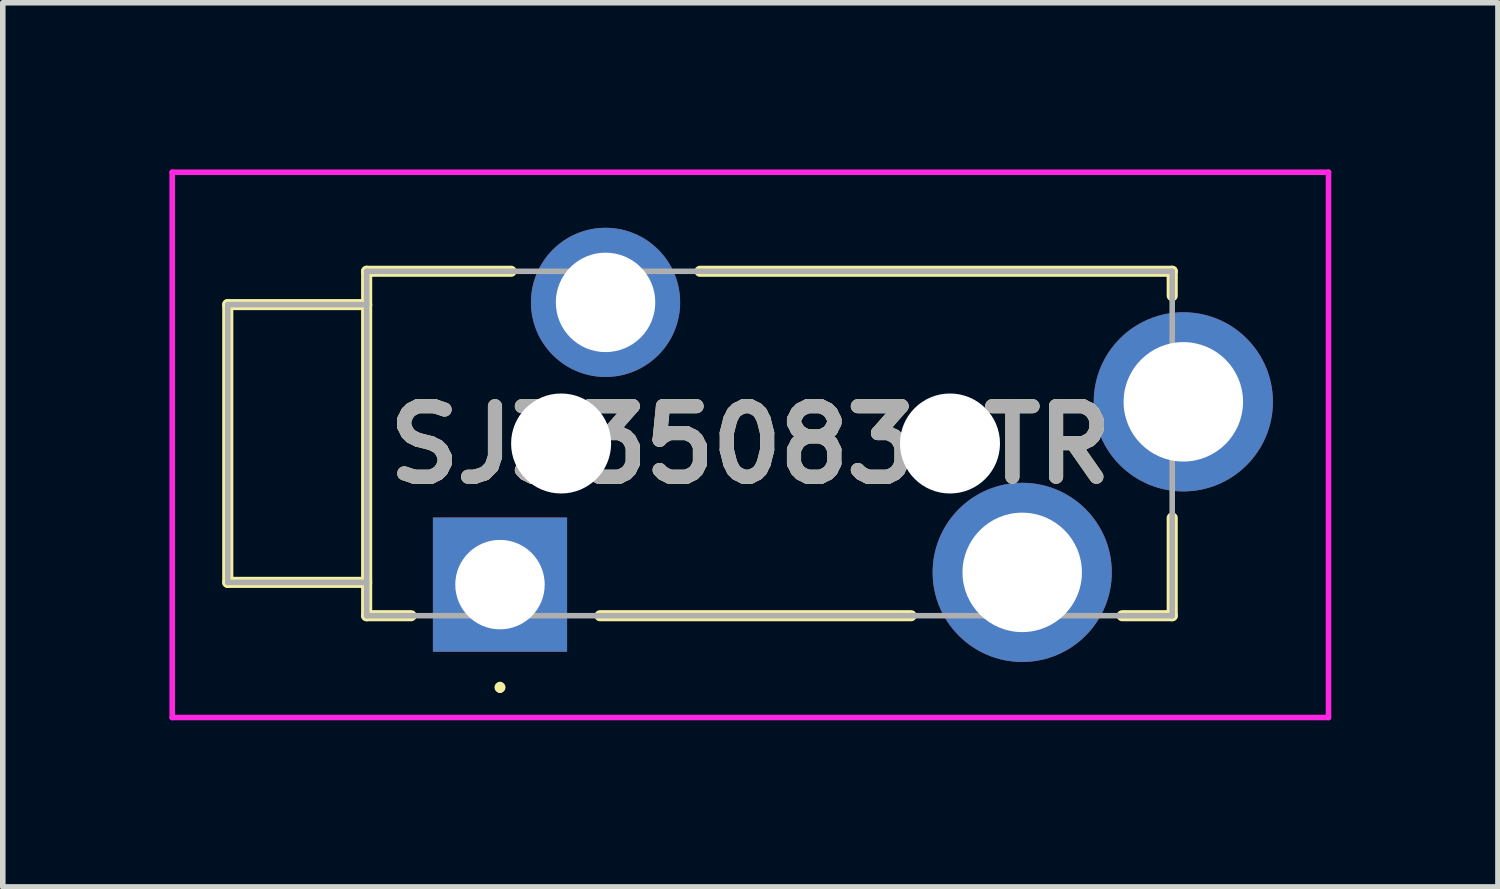
<source format=kicad_pcb>
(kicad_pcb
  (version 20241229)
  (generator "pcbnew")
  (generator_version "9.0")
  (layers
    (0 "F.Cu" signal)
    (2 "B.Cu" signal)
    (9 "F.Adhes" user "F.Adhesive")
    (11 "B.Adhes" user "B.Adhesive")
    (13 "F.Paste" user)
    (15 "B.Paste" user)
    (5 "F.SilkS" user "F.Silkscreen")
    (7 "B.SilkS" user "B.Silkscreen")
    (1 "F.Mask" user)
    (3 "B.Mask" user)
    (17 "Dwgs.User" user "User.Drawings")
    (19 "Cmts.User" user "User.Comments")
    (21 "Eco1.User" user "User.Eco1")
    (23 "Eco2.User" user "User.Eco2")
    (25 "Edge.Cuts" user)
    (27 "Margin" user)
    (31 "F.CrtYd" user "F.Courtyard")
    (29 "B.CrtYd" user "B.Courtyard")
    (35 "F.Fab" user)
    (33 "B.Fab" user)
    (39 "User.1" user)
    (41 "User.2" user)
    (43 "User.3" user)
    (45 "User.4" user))
  (footprint "SJ335083BTR"
    (layer "F.Cu")
    (at 5.95 7.473)
    (property "Reference" "SJ335083BTR" (at 4.506 -2.516 0) (layer "F.SilkS") (effects (font (size 1.27 1.27) (thickness 0.254))))
    (attr through_hole)
    (fp_line (start -4.9 -5.04) (end -4.9 -0.04) (stroke (width 0.2) (type solid)) (layer "F.SilkS"))
    (fp_line (start -4.9 -0.04) (end -2.4 -0.04) (stroke (width 0.2) (type solid)) (layer "F.SilkS"))
    (fp_line (start -2.4 -5.64) (end 0.2 -5.64) (stroke (width 0.2) (type solid)) (layer "F.SilkS"))
    (fp_line (start -2.4 -5.04) (end -4.9 -5.04) (stroke (width 0.2) (type solid)) (layer "F.SilkS"))
    (fp_line (start -2.4 0.56) (end -2.4 -5.64) (stroke (width 0.2) (type solid)) (layer "F.SilkS"))
    (fp_line (start -1.6 0.56) (end -2.4 0.56) (stroke (width 0.2) (type solid)) (layer "F.SilkS"))
    (fp_line (start 0 1.8) (end 0 1.8) (stroke (width 0.1) (type solid)) (layer "F.SilkS"))
    (fp_line (start 0 1.9) (end 0 1.9) (stroke (width 0.1) (type solid)) (layer "F.SilkS"))
    (fp_line (start 3.6 -5.64) (end 12.1 -5.64) (stroke (width 0.2) (type solid)) (layer "F.SilkS"))
    (fp_line (start 7.4 0.56) (end 1.8 0.56) (stroke (width 0.2) (type solid)) (layer "F.SilkS"))
    (fp_line (start 12.1 -5.64) (end 12.1 -5.2) (stroke (width 0.2) (type solid)) (layer "F.SilkS"))
    (fp_line (start 12.1 -1.2) (end 12.1 0.56) (stroke (width 0.2) (type solid)) (layer "F.SilkS"))
    (fp_line (start 12.1 0.56) (end 11.2 0.56) (stroke (width 0.2) (type solid)) (layer "F.SilkS"))
    (fp_arc (start 0 1.8) (mid 0.05 1.85) (end 0 1.9) (stroke (width 0.1) (type solid)) (layer "F.SilkS"))
    (fp_arc (start 0 1.9) (mid -0.05 1.85) (end 0 1.8) (stroke (width 0.1) (type solid)) (layer "F.SilkS"))
    (fp_line (start -5.9 -7.423) (end 14.913 -7.423) (stroke (width 0.1) (type solid)) (layer "F.CrtYd"))
    (fp_line (start -5.9 2.392) (end -5.9 -7.423) (stroke (width 0.1) (type solid)) (layer "F.CrtYd"))
    (fp_line (start 14.913 -7.423) (end 14.913 2.392) (stroke (width 0.1) (type solid)) (layer "F.CrtYd"))
    (fp_line (start 14.913 2.392) (end -5.9 2.392) (stroke (width 0.1) (type solid)) (layer "F.CrtYd"))
    (fp_line (start -4.9 -5.04) (end -4.9 -0.04) (stroke (width 0.1) (type solid)) (layer "F.Fab"))
    (fp_line (start -4.9 -0.04) (end -2.4 -0.04) (stroke (width 0.1) (type solid)) (layer "F.Fab"))
    (fp_line (start -2.4 -5.64) (end 12.1 -5.64) (stroke (width 0.1) (type solid)) (layer "F.Fab"))
    (fp_line (start -2.4 -5.04) (end -4.9 -5.04) (stroke (width 0.1) (type solid)) (layer "F.Fab"))
    (fp_line (start -2.4 0.56) (end -2.4 -5.64) (stroke (width 0.1) (type solid)) (layer "F.Fab"))
    (fp_line (start 12.1 -5.64) (end 12.1 0.56) (stroke (width 0.1) (type solid)) (layer "F.Fab"))
    (fp_line (start 12.1 0.56) (end -2.4 0.56) (stroke (width 0.1) (type solid)) (layer "F.Fab"))
    (fp_text user "${REFERENCE}" (at 4.506 -2.516 0) (layer "F.Fab") (effects (font (size 1.27 1.27) (thickness 0.254))))
    (pad "" np_thru_hole circle (at 1.1 -2.54) (size 1.8 1.8) (drill 1.8) (layers "*.Cu" "*.Mask"))
    (pad "" np_thru_hole circle (at 8.1 -2.54) (size 1.8 1.8) (drill 1.8) (layers "*.Cu" "*.Mask"))
    (pad "1" thru_hole rect (at 0 0) (size 2.415 2.415) (drill 1.61) (layers "*.Cu" "*.Mask"))
    (pad "2" thru_hole circle (at 9.4 -0.22) (size 3.225 3.225) (drill 2.15) (layers "*.Cu" "*.Mask"))
    (pad "3" thru_hole circle (at 12.3 -3.29) (size 3.225 3.225) (drill 2.15) (layers "*.Cu" "*.Mask"))
    (pad "5" thru_hole circle (at 1.9 -5.08) (size 2.685 2.685) (drill 1.79) (layers "*.Cu" "*.Mask")))
  (gr_rect
    (start -3 -3)
    (end 23.913 12.915)
    (stroke (width 0.1) (type default))
    (fill no)
    (layer "Edge.Cuts")))
</source>
